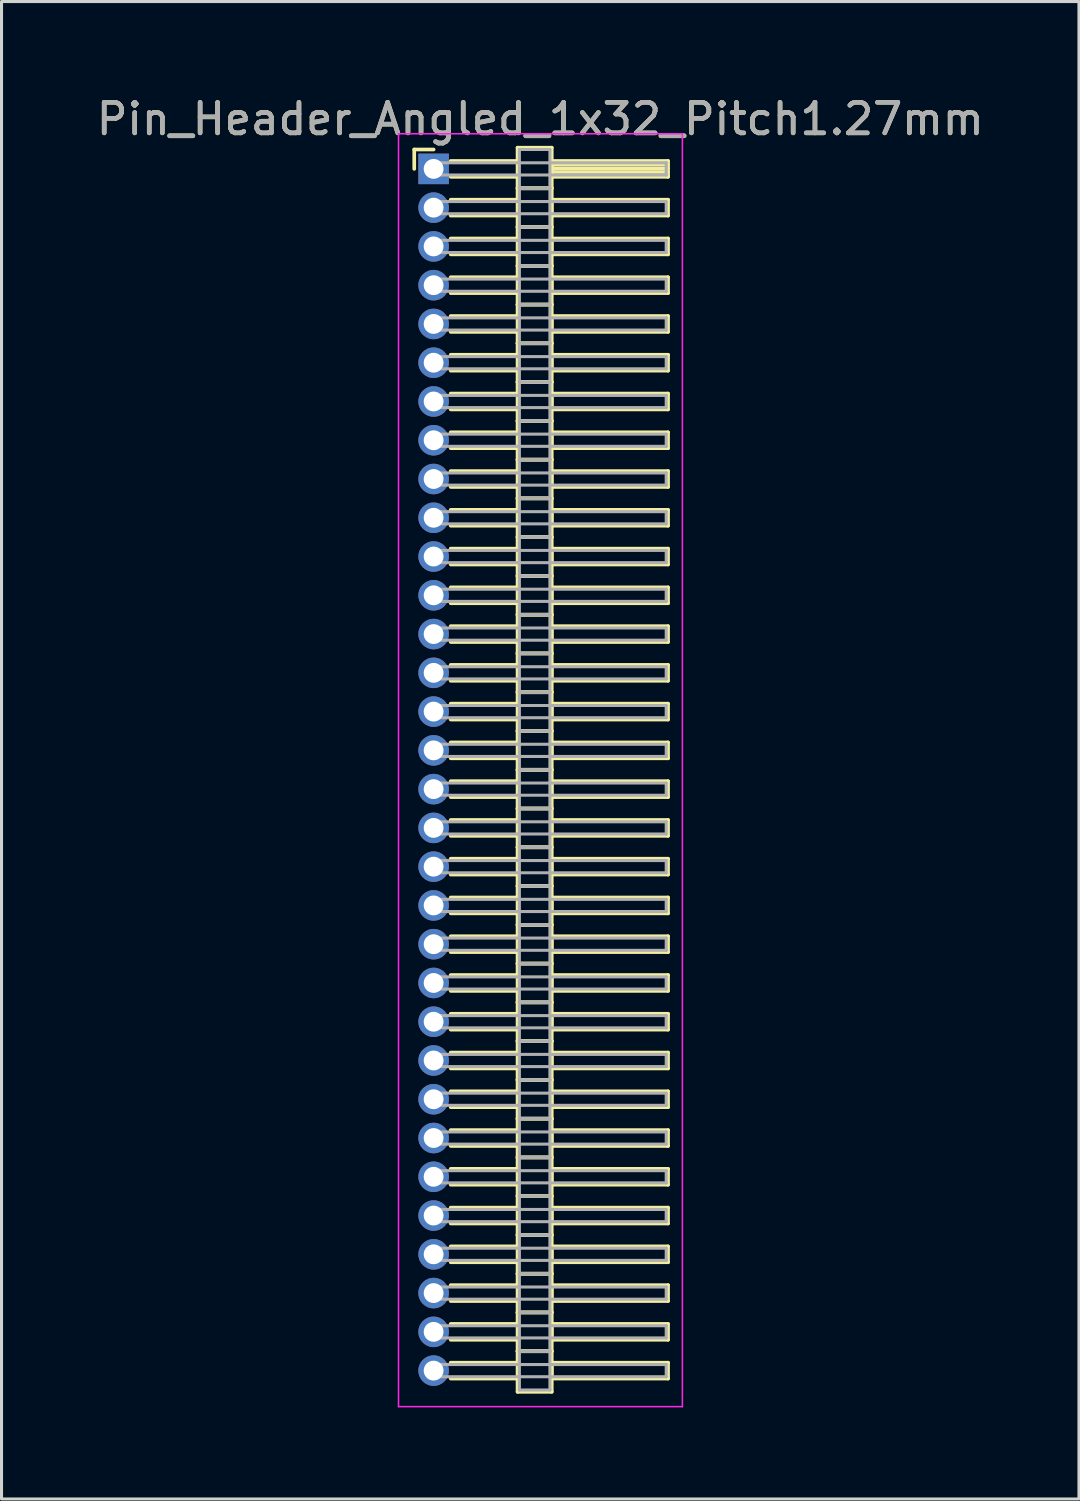
<source format=kicad_pcb>
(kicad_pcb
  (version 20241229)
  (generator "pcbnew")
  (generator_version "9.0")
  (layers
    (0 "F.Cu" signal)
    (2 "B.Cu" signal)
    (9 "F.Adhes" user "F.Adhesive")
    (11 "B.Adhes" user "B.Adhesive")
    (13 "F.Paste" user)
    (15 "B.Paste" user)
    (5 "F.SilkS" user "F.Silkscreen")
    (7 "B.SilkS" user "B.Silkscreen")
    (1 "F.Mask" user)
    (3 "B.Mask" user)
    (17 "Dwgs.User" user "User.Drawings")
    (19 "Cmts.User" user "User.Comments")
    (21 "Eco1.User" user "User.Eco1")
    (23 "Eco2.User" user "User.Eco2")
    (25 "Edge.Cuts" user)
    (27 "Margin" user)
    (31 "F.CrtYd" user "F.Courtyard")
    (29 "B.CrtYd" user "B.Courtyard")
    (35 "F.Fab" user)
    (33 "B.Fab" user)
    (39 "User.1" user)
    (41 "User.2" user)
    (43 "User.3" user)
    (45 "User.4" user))
  (footprint "Pin_Header_Angled_1x32_Pitch1.27mm"
    (layer "F.Cu")
    (at 11.156 2.483)
    (property "Reference" "Pin_Header_Angled_1x32_Pitch1.27mm" (at 3.493 -1.635 0) (layer "F.SilkS") (effects (font (size 1 1) (thickness 0.15))))
    (attr through_hole)
    (fp_line (start -0.635 -0.635) (end 0 -0.635) (stroke (width 0.12) (type solid)) (layer "F.SilkS"))
    (fp_line (start -0.635 0) (end -0.635 -0.635) (stroke (width 0.12) (type solid)) (layer "F.SilkS"))
    (fp_line (start 0.56 -0.26) (end 2.75 -0.26) (stroke (width 0.12) (type solid)) (layer "F.SilkS"))
    (fp_line (start 0.56 0.26) (end 2.75 0.26) (stroke (width 0.12) (type solid)) (layer "F.SilkS"))
    (fp_line (start 0.56 1.01) (end 2.75 1.01) (stroke (width 0.12) (type solid)) (layer "F.SilkS"))
    (fp_line (start 0.56 1.53) (end 2.75 1.53) (stroke (width 0.12) (type solid)) (layer "F.SilkS"))
    (fp_line (start 0.56 2.28) (end 2.75 2.28) (stroke (width 0.12) (type solid)) (layer "F.SilkS"))
    (fp_line (start 0.56 2.8) (end 2.75 2.8) (stroke (width 0.12) (type solid)) (layer "F.SilkS"))
    (fp_line (start 0.56 3.55) (end 2.75 3.55) (stroke (width 0.12) (type solid)) (layer "F.SilkS"))
    (fp_line (start 0.56 4.07) (end 2.75 4.07) (stroke (width 0.12) (type solid)) (layer "F.SilkS"))
    (fp_line (start 0.56 4.82) (end 2.75 4.82) (stroke (width 0.12) (type solid)) (layer "F.SilkS"))
    (fp_line (start 0.56 5.34) (end 2.75 5.34) (stroke (width 0.12) (type solid)) (layer "F.SilkS"))
    (fp_line (start 0.56 6.09) (end 2.75 6.09) (stroke (width 0.12) (type solid)) (layer "F.SilkS"))
    (fp_line (start 0.56 6.61) (end 2.75 6.61) (stroke (width 0.12) (type solid)) (layer "F.SilkS"))
    (fp_line (start 0.56 7.36) (end 2.75 7.36) (stroke (width 0.12) (type solid)) (layer "F.SilkS"))
    (fp_line (start 0.56 7.88) (end 2.75 7.88) (stroke (width 0.12) (type solid)) (layer "F.SilkS"))
    (fp_line (start 0.56 8.63) (end 2.75 8.63) (stroke (width 0.12) (type solid)) (layer "F.SilkS"))
    (fp_line (start 0.56 9.15) (end 2.75 9.15) (stroke (width 0.12) (type solid)) (layer "F.SilkS"))
    (fp_line (start 0.56 9.9) (end 2.75 9.9) (stroke (width 0.12) (type solid)) (layer "F.SilkS"))
    (fp_line (start 0.56 10.42) (end 2.75 10.42) (stroke (width 0.12) (type solid)) (layer "F.SilkS"))
    (fp_line (start 0.56 11.17) (end 2.75 11.17) (stroke (width 0.12) (type solid)) (layer "F.SilkS"))
    (fp_line (start 0.56 11.69) (end 2.75 11.69) (stroke (width 0.12) (type solid)) (layer "F.SilkS"))
    (fp_line (start 0.56 12.44) (end 2.75 12.44) (stroke (width 0.12) (type solid)) (layer "F.SilkS"))
    (fp_line (start 0.56 12.96) (end 2.75 12.96) (stroke (width 0.12) (type solid)) (layer "F.SilkS"))
    (fp_line (start 0.56 13.71) (end 2.75 13.71) (stroke (width 0.12) (type solid)) (layer "F.SilkS"))
    (fp_line (start 0.56 14.23) (end 2.75 14.23) (stroke (width 0.12) (type solid)) (layer "F.SilkS"))
    (fp_line (start 0.56 14.98) (end 2.75 14.98) (stroke (width 0.12) (type solid)) (layer "F.SilkS"))
    (fp_line (start 0.56 15.5) (end 2.75 15.5) (stroke (width 0.12) (type solid)) (layer "F.SilkS"))
    (fp_line (start 0.56 16.25) (end 2.75 16.25) (stroke (width 0.12) (type solid)) (layer "F.SilkS"))
    (fp_line (start 0.56 16.77) (end 2.75 16.77) (stroke (width 0.12) (type solid)) (layer "F.SilkS"))
    (fp_line (start 0.56 17.52) (end 2.75 17.52) (stroke (width 0.12) (type solid)) (layer "F.SilkS"))
    (fp_line (start 0.56 18.04) (end 2.75 18.04) (stroke (width 0.12) (type solid)) (layer "F.SilkS"))
    (fp_line (start 0.56 18.79) (end 2.75 18.79) (stroke (width 0.12) (type solid)) (layer "F.SilkS"))
    (fp_line (start 0.56 19.31) (end 2.75 19.31) (stroke (width 0.12) (type solid)) (layer "F.SilkS"))
    (fp_line (start 0.56 20.06) (end 2.75 20.06) (stroke (width 0.12) (type solid)) (layer "F.SilkS"))
    (fp_line (start 0.56 20.58) (end 2.75 20.58) (stroke (width 0.12) (type solid)) (layer "F.SilkS"))
    (fp_line (start 0.56 21.33) (end 2.75 21.33) (stroke (width 0.12) (type solid)) (layer "F.SilkS"))
    (fp_line (start 0.56 21.85) (end 2.75 21.85) (stroke (width 0.12) (type solid)) (layer "F.SilkS"))
    (fp_line (start 0.56 22.6) (end 2.75 22.6) (stroke (width 0.12) (type solid)) (layer "F.SilkS"))
    (fp_line (start 0.56 23.12) (end 2.75 23.12) (stroke (width 0.12) (type solid)) (layer "F.SilkS"))
    (fp_line (start 0.56 23.87) (end 2.75 23.87) (stroke (width 0.12) (type solid)) (layer "F.SilkS"))
    (fp_line (start 0.56 24.39) (end 2.75 24.39) (stroke (width 0.12) (type solid)) (layer "F.SilkS"))
    (fp_line (start 0.56 25.14) (end 2.75 25.14) (stroke (width 0.12) (type solid)) (layer "F.SilkS"))
    (fp_line (start 0.56 25.66) (end 2.75 25.66) (stroke (width 0.12) (type solid)) (layer "F.SilkS"))
    (fp_line (start 0.56 26.41) (end 2.75 26.41) (stroke (width 0.12) (type solid)) (layer "F.SilkS"))
    (fp_line (start 0.56 26.93) (end 2.75 26.93) (stroke (width 0.12) (type solid)) (layer "F.SilkS"))
    (fp_line (start 0.56 27.68) (end 2.75 27.68) (stroke (width 0.12) (type solid)) (layer "F.SilkS"))
    (fp_line (start 0.56 28.2) (end 2.75 28.2) (stroke (width 0.12) (type solid)) (layer "F.SilkS"))
    (fp_line (start 0.56 28.95) (end 2.75 28.95) (stroke (width 0.12) (type solid)) (layer "F.SilkS"))
    (fp_line (start 0.56 29.47) (end 2.75 29.47) (stroke (width 0.12) (type solid)) (layer "F.SilkS"))
    (fp_line (start 0.56 30.22) (end 2.75 30.22) (stroke (width 0.12) (type solid)) (layer "F.SilkS"))
    (fp_line (start 0.56 30.74) (end 2.75 30.74) (stroke (width 0.12) (type solid)) (layer "F.SilkS"))
    (fp_line (start 0.56 31.49) (end 2.75 31.49) (stroke (width 0.12) (type solid)) (layer "F.SilkS"))
    (fp_line (start 0.56 32.01) (end 2.75 32.01) (stroke (width 0.12) (type solid)) (layer "F.SilkS"))
    (fp_line (start 0.56 32.76) (end 2.75 32.76) (stroke (width 0.12) (type solid)) (layer "F.SilkS"))
    (fp_line (start 0.56 33.28) (end 2.75 33.28) (stroke (width 0.12) (type solid)) (layer "F.SilkS"))
    (fp_line (start 0.56 34.03) (end 2.75 34.03) (stroke (width 0.12) (type solid)) (layer "F.SilkS"))
    (fp_line (start 0.56 34.55) (end 2.75 34.55) (stroke (width 0.12) (type solid)) (layer "F.SilkS"))
    (fp_line (start 0.56 35.3) (end 2.75 35.3) (stroke (width 0.12) (type solid)) (layer "F.SilkS"))
    (fp_line (start 0.56 35.82) (end 2.75 35.82) (stroke (width 0.12) (type solid)) (layer "F.SilkS"))
    (fp_line (start 0.56 36.57) (end 2.75 36.57) (stroke (width 0.12) (type solid)) (layer "F.SilkS"))
    (fp_line (start 0.56 37.09) (end 2.75 37.09) (stroke (width 0.12) (type solid)) (layer "F.SilkS"))
    (fp_line (start 0.56 37.84) (end 2.75 37.84) (stroke (width 0.12) (type solid)) (layer "F.SilkS"))
    (fp_line (start 0.56 38.36) (end 2.75 38.36) (stroke (width 0.12) (type solid)) (layer "F.SilkS"))
    (fp_line (start 0.56 39.11) (end 2.75 39.11) (stroke (width 0.12) (type solid)) (layer "F.SilkS"))
    (fp_line (start 0.56 39.63) (end 2.75 39.63) (stroke (width 0.12) (type solid)) (layer "F.SilkS"))
    (fp_line (start 2.75 -0.695) (end 2.75 0.635) (stroke (width 0.12) (type solid)) (layer "F.SilkS"))
    (fp_line (start 2.75 0.635) (end 2.75 1.905) (stroke (width 0.12) (type solid)) (layer "F.SilkS"))
    (fp_line (start 2.75 0.635) (end 3.87 0.635) (stroke (width 0.12) (type solid)) (layer "F.SilkS"))
    (fp_line (start 2.75 1.905) (end 2.75 3.175) (stroke (width 0.12) (type solid)) (layer "F.SilkS"))
    (fp_line (start 2.75 1.905) (end 3.87 1.905) (stroke (width 0.12) (type solid)) (layer "F.SilkS"))
    (fp_line (start 2.75 3.175) (end 2.75 4.445) (stroke (width 0.12) (type solid)) (layer "F.SilkS"))
    (fp_line (start 2.75 3.175) (end 3.87 3.175) (stroke (width 0.12) (type solid)) (layer "F.SilkS"))
    (fp_line (start 2.75 4.445) (end 2.75 5.715) (stroke (width 0.12) (type solid)) (layer "F.SilkS"))
    (fp_line (start 2.75 4.445) (end 3.87 4.445) (stroke (width 0.12) (type solid)) (layer "F.SilkS"))
    (fp_line (start 2.75 5.715) (end 2.75 6.985) (stroke (width 0.12) (type solid)) (layer "F.SilkS"))
    (fp_line (start 2.75 5.715) (end 3.87 5.715) (stroke (width 0.12) (type solid)) (layer "F.SilkS"))
    (fp_line (start 2.75 6.985) (end 2.75 8.255) (stroke (width 0.12) (type solid)) (layer "F.SilkS"))
    (fp_line (start 2.75 6.985) (end 3.87 6.985) (stroke (width 0.12) (type solid)) (layer "F.SilkS"))
    (fp_line (start 2.75 8.255) (end 2.75 9.525) (stroke (width 0.12) (type solid)) (layer "F.SilkS"))
    (fp_line (start 2.75 8.255) (end 3.87 8.255) (stroke (width 0.12) (type solid)) (layer "F.SilkS"))
    (fp_line (start 2.75 9.525) (end 2.75 10.795) (stroke (width 0.12) (type solid)) (layer "F.SilkS"))
    (fp_line (start 2.75 9.525) (end 3.87 9.525) (stroke (width 0.12) (type solid)) (layer "F.SilkS"))
    (fp_line (start 2.75 10.795) (end 2.75 12.065) (stroke (width 0.12) (type solid)) (layer "F.SilkS"))
    (fp_line (start 2.75 10.795) (end 3.87 10.795) (stroke (width 0.12) (type solid)) (layer "F.SilkS"))
    (fp_line (start 2.75 12.065) (end 2.75 13.335) (stroke (width 0.12) (type solid)) (layer "F.SilkS"))
    (fp_line (start 2.75 12.065) (end 3.87 12.065) (stroke (width 0.12) (type solid)) (layer "F.SilkS"))
    (fp_line (start 2.75 13.335) (end 2.75 14.605) (stroke (width 0.12) (type solid)) (layer "F.SilkS"))
    (fp_line (start 2.75 13.335) (end 3.87 13.335) (stroke (width 0.12) (type solid)) (layer "F.SilkS"))
    (fp_line (start 2.75 14.605) (end 2.75 15.875) (stroke (width 0.12) (type solid)) (layer "F.SilkS"))
    (fp_line (start 2.75 14.605) (end 3.87 14.605) (stroke (width 0.12) (type solid)) (layer "F.SilkS"))
    (fp_line (start 2.75 15.875) (end 2.75 17.145) (stroke (width 0.12) (type solid)) (layer "F.SilkS"))
    (fp_line (start 2.75 15.875) (end 3.87 15.875) (stroke (width 0.12) (type solid)) (layer "F.SilkS"))
    (fp_line (start 2.75 17.145) (end 2.75 18.415) (stroke (width 0.12) (type solid)) (layer "F.SilkS"))
    (fp_line (start 2.75 17.145) (end 3.87 17.145) (stroke (width 0.12) (type solid)) (layer "F.SilkS"))
    (fp_line (start 2.75 18.415) (end 2.75 19.685) (stroke (width 0.12) (type solid)) (layer "F.SilkS"))
    (fp_line (start 2.75 18.415) (end 3.87 18.415) (stroke (width 0.12) (type solid)) (layer "F.SilkS"))
    (fp_line (start 2.75 19.685) (end 2.75 20.955) (stroke (width 0.12) (type solid)) (layer "F.SilkS"))
    (fp_line (start 2.75 19.685) (end 3.87 19.685) (stroke (width 0.12) (type solid)) (layer "F.SilkS"))
    (fp_line (start 2.75 20.955) (end 2.75 22.225) (stroke (width 0.12) (type solid)) (layer "F.SilkS"))
    (fp_line (start 2.75 20.955) (end 3.87 20.955) (stroke (width 0.12) (type solid)) (layer "F.SilkS"))
    (fp_line (start 2.75 22.225) (end 2.75 23.495) (stroke (width 0.12) (type solid)) (layer "F.SilkS"))
    (fp_line (start 2.75 22.225) (end 3.87 22.225) (stroke (width 0.12) (type solid)) (layer "F.SilkS"))
    (fp_line (start 2.75 23.495) (end 2.75 24.765) (stroke (width 0.12) (type solid)) (layer "F.SilkS"))
    (fp_line (start 2.75 23.495) (end 3.87 23.495) (stroke (width 0.12) (type solid)) (layer "F.SilkS"))
    (fp_line (start 2.75 24.765) (end 2.75 26.035) (stroke (width 0.12) (type solid)) (layer "F.SilkS"))
    (fp_line (start 2.75 24.765) (end 3.87 24.765) (stroke (width 0.12) (type solid)) (layer "F.SilkS"))
    (fp_line (start 2.75 26.035) (end 2.75 27.305) (stroke (width 0.12) (type solid)) (layer "F.SilkS"))
    (fp_line (start 2.75 26.035) (end 3.87 26.035) (stroke (width 0.12) (type solid)) (layer "F.SilkS"))
    (fp_line (start 2.75 27.305) (end 2.75 28.575) (stroke (width 0.12) (type solid)) (layer "F.SilkS"))
    (fp_line (start 2.75 27.305) (end 3.87 27.305) (stroke (width 0.12) (type solid)) (layer "F.SilkS"))
    (fp_line (start 2.75 28.575) (end 2.75 29.845) (stroke (width 0.12) (type solid)) (layer "F.SilkS"))
    (fp_line (start 2.75 28.575) (end 3.87 28.575) (stroke (width 0.12) (type solid)) (layer "F.SilkS"))
    (fp_line (start 2.75 29.845) (end 2.75 31.115) (stroke (width 0.12) (type solid)) (layer "F.SilkS"))
    (fp_line (start 2.75 29.845) (end 3.87 29.845) (stroke (width 0.12) (type solid)) (layer "F.SilkS"))
    (fp_line (start 2.75 31.115) (end 2.75 32.385) (stroke (width 0.12) (type solid)) (layer "F.SilkS"))
    (fp_line (start 2.75 31.115) (end 3.87 31.115) (stroke (width 0.12) (type solid)) (layer "F.SilkS"))
    (fp_line (start 2.75 32.385) (end 2.75 33.655) (stroke (width 0.12) (type solid)) (layer "F.SilkS"))
    (fp_line (start 2.75 32.385) (end 3.87 32.385) (stroke (width 0.12) (type solid)) (layer "F.SilkS"))
    (fp_line (start 2.75 33.655) (end 2.75 34.925) (stroke (width 0.12) (type solid)) (layer "F.SilkS"))
    (fp_line (start 2.75 33.655) (end 3.87 33.655) (stroke (width 0.12) (type solid)) (layer "F.SilkS"))
    (fp_line (start 2.75 34.925) (end 2.75 36.195) (stroke (width 0.12) (type solid)) (layer "F.SilkS"))
    (fp_line (start 2.75 34.925) (end 3.87 34.925) (stroke (width 0.12) (type solid)) (layer "F.SilkS"))
    (fp_line (start 2.75 36.195) (end 2.75 37.465) (stroke (width 0.12) (type solid)) (layer "F.SilkS"))
    (fp_line (start 2.75 36.195) (end 3.87 36.195) (stroke (width 0.12) (type solid)) (layer "F.SilkS"))
    (fp_line (start 2.75 37.465) (end 2.75 38.735) (stroke (width 0.12) (type solid)) (layer "F.SilkS"))
    (fp_line (start 2.75 37.465) (end 3.87 37.465) (stroke (width 0.12) (type solid)) (layer "F.SilkS"))
    (fp_line (start 2.75 38.735) (end 2.75 40.065) (stroke (width 0.12) (type solid)) (layer "F.SilkS"))
    (fp_line (start 2.75 38.735) (end 3.87 38.735) (stroke (width 0.12) (type solid)) (layer "F.SilkS"))
    (fp_line (start 2.75 40.065) (end 3.87 40.065) (stroke (width 0.12) (type solid)) (layer "F.SilkS"))
    (fp_line (start 3.87 -0.695) (end 2.75 -0.695) (stroke (width 0.12) (type solid)) (layer "F.SilkS"))
    (fp_line (start 3.87 -0.26) (end 3.87 0.26) (stroke (width 0.12) (type solid)) (layer "F.SilkS"))
    (fp_line (start 3.87 -0.14) (end 7.68 -0.14) (stroke (width 0.12) (type solid)) (layer "F.SilkS"))
    (fp_line (start 3.87 -0.02) (end 7.68 -0.02) (stroke (width 0.12) (type solid)) (layer "F.SilkS"))
    (fp_line (start 3.87 0.1) (end 7.68 0.1) (stroke (width 0.12) (type solid)) (layer "F.SilkS"))
    (fp_line (start 3.87 0.22) (end 7.68 0.22) (stroke (width 0.12) (type solid)) (layer "F.SilkS"))
    (fp_line (start 3.87 0.26) (end 7.68 0.26) (stroke (width 0.12) (type solid)) (layer "F.SilkS"))
    (fp_line (start 3.87 0.635) (end 2.75 0.635) (stroke (width 0.12) (type solid)) (layer "F.SilkS"))
    (fp_line (start 3.87 0.635) (end 3.87 -0.695) (stroke (width 0.12) (type solid)) (layer "F.SilkS"))
    (fp_line (start 3.87 1.01) (end 3.87 1.53) (stroke (width 0.12) (type solid)) (layer "F.SilkS"))
    (fp_line (start 3.87 1.53) (end 7.68 1.53) (stroke (width 0.12) (type solid)) (layer "F.SilkS"))
    (fp_line (start 3.87 1.905) (end 2.75 1.905) (stroke (width 0.12) (type solid)) (layer "F.SilkS"))
    (fp_line (start 3.87 1.905) (end 3.87 0.635) (stroke (width 0.12) (type solid)) (layer "F.SilkS"))
    (fp_line (start 3.87 2.28) (end 3.87 2.8) (stroke (width 0.12) (type solid)) (layer "F.SilkS"))
    (fp_line (start 3.87 2.8) (end 7.68 2.8) (stroke (width 0.12) (type solid)) (layer "F.SilkS"))
    (fp_line (start 3.87 3.175) (end 2.75 3.175) (stroke (width 0.12) (type solid)) (layer "F.SilkS"))
    (fp_line (start 3.87 3.175) (end 3.87 1.905) (stroke (width 0.12) (type solid)) (layer "F.SilkS"))
    (fp_line (start 3.87 3.55) (end 3.87 4.07) (stroke (width 0.12) (type solid)) (layer "F.SilkS"))
    (fp_line (start 3.87 4.07) (end 7.68 4.07) (stroke (width 0.12) (type solid)) (layer "F.SilkS"))
    (fp_line (start 3.87 4.445) (end 2.75 4.445) (stroke (width 0.12) (type solid)) (layer "F.SilkS"))
    (fp_line (start 3.87 4.445) (end 3.87 3.175) (stroke (width 0.12) (type solid)) (layer "F.SilkS"))
    (fp_line (start 3.87 4.82) (end 3.87 5.34) (stroke (width 0.12) (type solid)) (layer "F.SilkS"))
    (fp_line (start 3.87 5.34) (end 7.68 5.34) (stroke (width 0.12) (type solid)) (layer "F.SilkS"))
    (fp_line (start 3.87 5.715) (end 2.75 5.715) (stroke (width 0.12) (type solid)) (layer "F.SilkS"))
    (fp_line (start 3.87 5.715) (end 3.87 4.445) (stroke (width 0.12) (type solid)) (layer "F.SilkS"))
    (fp_line (start 3.87 6.09) (end 3.87 6.61) (stroke (width 0.12) (type solid)) (layer "F.SilkS"))
    (fp_line (start 3.87 6.61) (end 7.68 6.61) (stroke (width 0.12) (type solid)) (layer "F.SilkS"))
    (fp_line (start 3.87 6.985) (end 2.75 6.985) (stroke (width 0.12) (type solid)) (layer "F.SilkS"))
    (fp_line (start 3.87 6.985) (end 3.87 5.715) (stroke (width 0.12) (type solid)) (layer "F.SilkS"))
    (fp_line (start 3.87 7.36) (end 3.87 7.88) (stroke (width 0.12) (type solid)) (layer "F.SilkS"))
    (fp_line (start 3.87 7.88) (end 7.68 7.88) (stroke (width 0.12) (type solid)) (layer "F.SilkS"))
    (fp_line (start 3.87 8.255) (end 2.75 8.255) (stroke (width 0.12) (type solid)) (layer "F.SilkS"))
    (fp_line (start 3.87 8.255) (end 3.87 6.985) (stroke (width 0.12) (type solid)) (layer "F.SilkS"))
    (fp_line (start 3.87 8.63) (end 3.87 9.15) (stroke (width 0.12) (type solid)) (layer "F.SilkS"))
    (fp_line (start 3.87 9.15) (end 7.68 9.15) (stroke (width 0.12) (type solid)) (layer "F.SilkS"))
    (fp_line (start 3.87 9.525) (end 2.75 9.525) (stroke (width 0.12) (type solid)) (layer "F.SilkS"))
    (fp_line (start 3.87 9.525) (end 3.87 8.255) (stroke (width 0.12) (type solid)) (layer "F.SilkS"))
    (fp_line (start 3.87 9.9) (end 3.87 10.42) (stroke (width 0.12) (type solid)) (layer "F.SilkS"))
    (fp_line (start 3.87 10.42) (end 7.68 10.42) (stroke (width 0.12) (type solid)) (layer "F.SilkS"))
    (fp_line (start 3.87 10.795) (end 2.75 10.795) (stroke (width 0.12) (type solid)) (layer "F.SilkS"))
    (fp_line (start 3.87 10.795) (end 3.87 9.525) (stroke (width 0.12) (type solid)) (layer "F.SilkS"))
    (fp_line (start 3.87 11.17) (end 3.87 11.69) (stroke (width 0.12) (type solid)) (layer "F.SilkS"))
    (fp_line (start 3.87 11.69) (end 7.68 11.69) (stroke (width 0.12) (type solid)) (layer "F.SilkS"))
    (fp_line (start 3.87 12.065) (end 2.75 12.065) (stroke (width 0.12) (type solid)) (layer "F.SilkS"))
    (fp_line (start 3.87 12.065) (end 3.87 10.795) (stroke (width 0.12) (type solid)) (layer "F.SilkS"))
    (fp_line (start 3.87 12.44) (end 3.87 12.96) (stroke (width 0.12) (type solid)) (layer "F.SilkS"))
    (fp_line (start 3.87 12.96) (end 7.68 12.96) (stroke (width 0.12) (type solid)) (layer "F.SilkS"))
    (fp_line (start 3.87 13.335) (end 2.75 13.335) (stroke (width 0.12) (type solid)) (layer "F.SilkS"))
    (fp_line (start 3.87 13.335) (end 3.87 12.065) (stroke (width 0.12) (type solid)) (layer "F.SilkS"))
    (fp_line (start 3.87 13.71) (end 3.87 14.23) (stroke (width 0.12) (type solid)) (layer "F.SilkS"))
    (fp_line (start 3.87 14.23) (end 7.68 14.23) (stroke (width 0.12) (type solid)) (layer "F.SilkS"))
    (fp_line (start 3.87 14.605) (end 2.75 14.605) (stroke (width 0.12) (type solid)) (layer "F.SilkS"))
    (fp_line (start 3.87 14.605) (end 3.87 13.335) (stroke (width 0.12) (type solid)) (layer "F.SilkS"))
    (fp_line (start 3.87 14.98) (end 3.87 15.5) (stroke (width 0.12) (type solid)) (layer "F.SilkS"))
    (fp_line (start 3.87 15.5) (end 7.68 15.5) (stroke (width 0.12) (type solid)) (layer "F.SilkS"))
    (fp_line (start 3.87 15.875) (end 2.75 15.875) (stroke (width 0.12) (type solid)) (layer "F.SilkS"))
    (fp_line (start 3.87 15.875) (end 3.87 14.605) (stroke (width 0.12) (type solid)) (layer "F.SilkS"))
    (fp_line (start 3.87 16.25) (end 3.87 16.77) (stroke (width 0.12) (type solid)) (layer "F.SilkS"))
    (fp_line (start 3.87 16.77) (end 7.68 16.77) (stroke (width 0.12) (type solid)) (layer "F.SilkS"))
    (fp_line (start 3.87 17.145) (end 2.75 17.145) (stroke (width 0.12) (type solid)) (layer "F.SilkS"))
    (fp_line (start 3.87 17.145) (end 3.87 15.875) (stroke (width 0.12) (type solid)) (layer "F.SilkS"))
    (fp_line (start 3.87 17.52) (end 3.87 18.04) (stroke (width 0.12) (type solid)) (layer "F.SilkS"))
    (fp_line (start 3.87 18.04) (end 7.68 18.04) (stroke (width 0.12) (type solid)) (layer "F.SilkS"))
    (fp_line (start 3.87 18.415) (end 2.75 18.415) (stroke (width 0.12) (type solid)) (layer "F.SilkS"))
    (fp_line (start 3.87 18.415) (end 3.87 17.145) (stroke (width 0.12) (type solid)) (layer "F.SilkS"))
    (fp_line (start 3.87 18.79) (end 3.87 19.31) (stroke (width 0.12) (type solid)) (layer "F.SilkS"))
    (fp_line (start 3.87 19.31) (end 7.68 19.31) (stroke (width 0.12) (type solid)) (layer "F.SilkS"))
    (fp_line (start 3.87 19.685) (end 2.75 19.685) (stroke (width 0.12) (type solid)) (layer "F.SilkS"))
    (fp_line (start 3.87 19.685) (end 3.87 18.415) (stroke (width 0.12) (type solid)) (layer "F.SilkS"))
    (fp_line (start 3.87 20.06) (end 3.87 20.58) (stroke (width 0.12) (type solid)) (layer "F.SilkS"))
    (fp_line (start 3.87 20.58) (end 7.68 20.58) (stroke (width 0.12) (type solid)) (layer "F.SilkS"))
    (fp_line (start 3.87 20.955) (end 2.75 20.955) (stroke (width 0.12) (type solid)) (layer "F.SilkS"))
    (fp_line (start 3.87 20.955) (end 3.87 19.685) (stroke (width 0.12) (type solid)) (layer "F.SilkS"))
    (fp_line (start 3.87 21.33) (end 3.87 21.85) (stroke (width 0.12) (type solid)) (layer "F.SilkS"))
    (fp_line (start 3.87 21.85) (end 7.68 21.85) (stroke (width 0.12) (type solid)) (layer "F.SilkS"))
    (fp_line (start 3.87 22.225) (end 2.75 22.225) (stroke (width 0.12) (type solid)) (layer "F.SilkS"))
    (fp_line (start 3.87 22.225) (end 3.87 20.955) (stroke (width 0.12) (type solid)) (layer "F.SilkS"))
    (fp_line (start 3.87 22.6) (end 3.87 23.12) (stroke (width 0.12) (type solid)) (layer "F.SilkS"))
    (fp_line (start 3.87 23.12) (end 7.68 23.12) (stroke (width 0.12) (type solid)) (layer "F.SilkS"))
    (fp_line (start 3.87 23.495) (end 2.75 23.495) (stroke (width 0.12) (type solid)) (layer "F.SilkS"))
    (fp_line (start 3.87 23.495) (end 3.87 22.225) (stroke (width 0.12) (type solid)) (layer "F.SilkS"))
    (fp_line (start 3.87 23.87) (end 3.87 24.39) (stroke (width 0.12) (type solid)) (layer "F.SilkS"))
    (fp_line (start 3.87 24.39) (end 7.68 24.39) (stroke (width 0.12) (type solid)) (layer "F.SilkS"))
    (fp_line (start 3.87 24.765) (end 2.75 24.765) (stroke (width 0.12) (type solid)) (layer "F.SilkS"))
    (fp_line (start 3.87 24.765) (end 3.87 23.495) (stroke (width 0.12) (type solid)) (layer "F.SilkS"))
    (fp_line (start 3.87 25.14) (end 3.87 25.66) (stroke (width 0.12) (type solid)) (layer "F.SilkS"))
    (fp_line (start 3.87 25.66) (end 7.68 25.66) (stroke (width 0.12) (type solid)) (layer "F.SilkS"))
    (fp_line (start 3.87 26.035) (end 2.75 26.035) (stroke (width 0.12) (type solid)) (layer "F.SilkS"))
    (fp_line (start 3.87 26.035) (end 3.87 24.765) (stroke (width 0.12) (type solid)) (layer "F.SilkS"))
    (fp_line (start 3.87 26.41) (end 3.87 26.93) (stroke (width 0.12) (type solid)) (layer "F.SilkS"))
    (fp_line (start 3.87 26.93) (end 7.68 26.93) (stroke (width 0.12) (type solid)) (layer "F.SilkS"))
    (fp_line (start 3.87 27.305) (end 2.75 27.305) (stroke (width 0.12) (type solid)) (layer "F.SilkS"))
    (fp_line (start 3.87 27.305) (end 3.87 26.035) (stroke (width 0.12) (type solid)) (layer "F.SilkS"))
    (fp_line (start 3.87 27.68) (end 3.87 28.2) (stroke (width 0.12) (type solid)) (layer "F.SilkS"))
    (fp_line (start 3.87 28.2) (end 7.68 28.2) (stroke (width 0.12) (type solid)) (layer "F.SilkS"))
    (fp_line (start 3.87 28.575) (end 2.75 28.575) (stroke (width 0.12) (type solid)) (layer "F.SilkS"))
    (fp_line (start 3.87 28.575) (end 3.87 27.305) (stroke (width 0.12) (type solid)) (layer "F.SilkS"))
    (fp_line (start 3.87 28.95) (end 3.87 29.47) (stroke (width 0.12) (type solid)) (layer "F.SilkS"))
    (fp_line (start 3.87 29.47) (end 7.68 29.47) (stroke (width 0.12) (type solid)) (layer "F.SilkS"))
    (fp_line (start 3.87 29.845) (end 2.75 29.845) (stroke (width 0.12) (type solid)) (layer "F.SilkS"))
    (fp_line (start 3.87 29.845) (end 3.87 28.575) (stroke (width 0.12) (type solid)) (layer "F.SilkS"))
    (fp_line (start 3.87 30.22) (end 3.87 30.74) (stroke (width 0.12) (type solid)) (layer "F.SilkS"))
    (fp_line (start 3.87 30.74) (end 7.68 30.74) (stroke (width 0.12) (type solid)) (layer "F.SilkS"))
    (fp_line (start 3.87 31.115) (end 2.75 31.115) (stroke (width 0.12) (type solid)) (layer "F.SilkS"))
    (fp_line (start 3.87 31.115) (end 3.87 29.845) (stroke (width 0.12) (type solid)) (layer "F.SilkS"))
    (fp_line (start 3.87 31.49) (end 3.87 32.01) (stroke (width 0.12) (type solid)) (layer "F.SilkS"))
    (fp_line (start 3.87 32.01) (end 7.68 32.01) (stroke (width 0.12) (type solid)) (layer "F.SilkS"))
    (fp_line (start 3.87 32.385) (end 2.75 32.385) (stroke (width 0.12) (type solid)) (layer "F.SilkS"))
    (fp_line (start 3.87 32.385) (end 3.87 31.115) (stroke (width 0.12) (type solid)) (layer "F.SilkS"))
    (fp_line (start 3.87 32.76) (end 3.87 33.28) (stroke (width 0.12) (type solid)) (layer "F.SilkS"))
    (fp_line (start 3.87 33.28) (end 7.68 33.28) (stroke (width 0.12) (type solid)) (layer "F.SilkS"))
    (fp_line (start 3.87 33.655) (end 2.75 33.655) (stroke (width 0.12) (type solid)) (layer "F.SilkS"))
    (fp_line (start 3.87 33.655) (end 3.87 32.385) (stroke (width 0.12) (type solid)) (layer "F.SilkS"))
    (fp_line (start 3.87 34.03) (end 3.87 34.55) (stroke (width 0.12) (type solid)) (layer "F.SilkS"))
    (fp_line (start 3.87 34.55) (end 7.68 34.55) (stroke (width 0.12) (type solid)) (layer "F.SilkS"))
    (fp_line (start 3.87 34.925) (end 2.75 34.925) (stroke (width 0.12) (type solid)) (layer "F.SilkS"))
    (fp_line (start 3.87 34.925) (end 3.87 33.655) (stroke (width 0.12) (type solid)) (layer "F.SilkS"))
    (fp_line (start 3.87 35.3) (end 3.87 35.82) (stroke (width 0.12) (type solid)) (layer "F.SilkS"))
    (fp_line (start 3.87 35.82) (end 7.68 35.82) (stroke (width 0.12) (type solid)) (layer "F.SilkS"))
    (fp_line (start 3.87 36.195) (end 2.75 36.195) (stroke (width 0.12) (type solid)) (layer "F.SilkS"))
    (fp_line (start 3.87 36.195) (end 3.87 34.925) (stroke (width 0.12) (type solid)) (layer "F.SilkS"))
    (fp_line (start 3.87 36.57) (end 3.87 37.09) (stroke (width 0.12) (type solid)) (layer "F.SilkS"))
    (fp_line (start 3.87 37.09) (end 7.68 37.09) (stroke (width 0.12) (type solid)) (layer "F.SilkS"))
    (fp_line (start 3.87 37.465) (end 2.75 37.465) (stroke (width 0.12) (type solid)) (layer "F.SilkS"))
    (fp_line (start 3.87 37.465) (end 3.87 36.195) (stroke (width 0.12) (type solid)) (layer "F.SilkS"))
    (fp_line (start 3.87 37.84) (end 3.87 38.36) (stroke (width 0.12) (type solid)) (layer "F.SilkS"))
    (fp_line (start 3.87 38.36) (end 7.68 38.36) (stroke (width 0.12) (type solid)) (layer "F.SilkS"))
    (fp_line (start 3.87 38.735) (end 2.75 38.735) (stroke (width 0.12) (type solid)) (layer "F.SilkS"))
    (fp_line (start 3.87 38.735) (end 3.87 37.465) (stroke (width 0.12) (type solid)) (layer "F.SilkS"))
    (fp_line (start 3.87 39.11) (end 3.87 39.63) (stroke (width 0.12) (type solid)) (layer "F.SilkS"))
    (fp_line (start 3.87 39.63) (end 7.68 39.63) (stroke (width 0.12) (type solid)) (layer "F.SilkS"))
    (fp_line (start 3.87 40.065) (end 3.87 38.735) (stroke (width 0.12) (type solid)) (layer "F.SilkS"))
    (fp_line (start 7.68 -0.26) (end 3.87 -0.26) (stroke (width 0.12) (type solid)) (layer "F.SilkS"))
    (fp_line (start 7.68 0.26) (end 7.68 -0.26) (stroke (width 0.12) (type solid)) (layer "F.SilkS"))
    (fp_line (start 7.68 1.01) (end 3.87 1.01) (stroke (width 0.12) (type solid)) (layer "F.SilkS"))
    (fp_line (start 7.68 1.53) (end 7.68 1.01) (stroke (width 0.12) (type solid)) (layer "F.SilkS"))
    (fp_line (start 7.68 2.28) (end 3.87 2.28) (stroke (width 0.12) (type solid)) (layer "F.SilkS"))
    (fp_line (start 7.68 2.8) (end 7.68 2.28) (stroke (width 0.12) (type solid)) (layer "F.SilkS"))
    (fp_line (start 7.68 3.55) (end 3.87 3.55) (stroke (width 0.12) (type solid)) (layer "F.SilkS"))
    (fp_line (start 7.68 4.07) (end 7.68 3.55) (stroke (width 0.12) (type solid)) (layer "F.SilkS"))
    (fp_line (start 7.68 4.82) (end 3.87 4.82) (stroke (width 0.12) (type solid)) (layer "F.SilkS"))
    (fp_line (start 7.68 5.34) (end 7.68 4.82) (stroke (width 0.12) (type solid)) (layer "F.SilkS"))
    (fp_line (start 7.68 6.09) (end 3.87 6.09) (stroke (width 0.12) (type solid)) (layer "F.SilkS"))
    (fp_line (start 7.68 6.61) (end 7.68 6.09) (stroke (width 0.12) (type solid)) (layer "F.SilkS"))
    (fp_line (start 7.68 7.36) (end 3.87 7.36) (stroke (width 0.12) (type solid)) (layer "F.SilkS"))
    (fp_line (start 7.68 7.88) (end 7.68 7.36) (stroke (width 0.12) (type solid)) (layer "F.SilkS"))
    (fp_line (start 7.68 8.63) (end 3.87 8.63) (stroke (width 0.12) (type solid)) (layer "F.SilkS"))
    (fp_line (start 7.68 9.15) (end 7.68 8.63) (stroke (width 0.12) (type solid)) (layer "F.SilkS"))
    (fp_line (start 7.68 9.9) (end 3.87 9.9) (stroke (width 0.12) (type solid)) (layer "F.SilkS"))
    (fp_line (start 7.68 10.42) (end 7.68 9.9) (stroke (width 0.12) (type solid)) (layer "F.SilkS"))
    (fp_line (start 7.68 11.17) (end 3.87 11.17) (stroke (width 0.12) (type solid)) (layer "F.SilkS"))
    (fp_line (start 7.68 11.69) (end 7.68 11.17) (stroke (width 0.12) (type solid)) (layer "F.SilkS"))
    (fp_line (start 7.68 12.44) (end 3.87 12.44) (stroke (width 0.12) (type solid)) (layer "F.SilkS"))
    (fp_line (start 7.68 12.96) (end 7.68 12.44) (stroke (width 0.12) (type solid)) (layer "F.SilkS"))
    (fp_line (start 7.68 13.71) (end 3.87 13.71) (stroke (width 0.12) (type solid)) (layer "F.SilkS"))
    (fp_line (start 7.68 14.23) (end 7.68 13.71) (stroke (width 0.12) (type solid)) (layer "F.SilkS"))
    (fp_line (start 7.68 14.98) (end 3.87 14.98) (stroke (width 0.12) (type solid)) (layer "F.SilkS"))
    (fp_line (start 7.68 15.5) (end 7.68 14.98) (stroke (width 0.12) (type solid)) (layer "F.SilkS"))
    (fp_line (start 7.68 16.25) (end 3.87 16.25) (stroke (width 0.12) (type solid)) (layer "F.SilkS"))
    (fp_line (start 7.68 16.77) (end 7.68 16.25) (stroke (width 0.12) (type solid)) (layer "F.SilkS"))
    (fp_line (start 7.68 17.52) (end 3.87 17.52) (stroke (width 0.12) (type solid)) (layer "F.SilkS"))
    (fp_line (start 7.68 18.04) (end 7.68 17.52) (stroke (width 0.12) (type solid)) (layer "F.SilkS"))
    (fp_line (start 7.68 18.79) (end 3.87 18.79) (stroke (width 0.12) (type solid)) (layer "F.SilkS"))
    (fp_line (start 7.68 19.31) (end 7.68 18.79) (stroke (width 0.12) (type solid)) (layer "F.SilkS"))
    (fp_line (start 7.68 20.06) (end 3.87 20.06) (stroke (width 0.12) (type solid)) (layer "F.SilkS"))
    (fp_line (start 7.68 20.58) (end 7.68 20.06) (stroke (width 0.12) (type solid)) (layer "F.SilkS"))
    (fp_line (start 7.68 21.33) (end 3.87 21.33) (stroke (width 0.12) (type solid)) (layer "F.SilkS"))
    (fp_line (start 7.68 21.85) (end 7.68 21.33) (stroke (width 0.12) (type solid)) (layer "F.SilkS"))
    (fp_line (start 7.68 22.6) (end 3.87 22.6) (stroke (width 0.12) (type solid)) (layer "F.SilkS"))
    (fp_line (start 7.68 23.12) (end 7.68 22.6) (stroke (width 0.12) (type solid)) (layer "F.SilkS"))
    (fp_line (start 7.68 23.87) (end 3.87 23.87) (stroke (width 0.12) (type solid)) (layer "F.SilkS"))
    (fp_line (start 7.68 24.39) (end 7.68 23.87) (stroke (width 0.12) (type solid)) (layer "F.SilkS"))
    (fp_line (start 7.68 25.14) (end 3.87 25.14) (stroke (width 0.12) (type solid)) (layer "F.SilkS"))
    (fp_line (start 7.68 25.66) (end 7.68 25.14) (stroke (width 0.12) (type solid)) (layer "F.SilkS"))
    (fp_line (start 7.68 26.41) (end 3.87 26.41) (stroke (width 0.12) (type solid)) (layer "F.SilkS"))
    (fp_line (start 7.68 26.93) (end 7.68 26.41) (stroke (width 0.12) (type solid)) (layer "F.SilkS"))
    (fp_line (start 7.68 27.68) (end 3.87 27.68) (stroke (width 0.12) (type solid)) (layer "F.SilkS"))
    (fp_line (start 7.68 28.2) (end 7.68 27.68) (stroke (width 0.12) (type solid)) (layer "F.SilkS"))
    (fp_line (start 7.68 28.95) (end 3.87 28.95) (stroke (width 0.12) (type solid)) (layer "F.SilkS"))
    (fp_line (start 7.68 29.47) (end 7.68 28.95) (stroke (width 0.12) (type solid)) (layer "F.SilkS"))
    (fp_line (start 7.68 30.22) (end 3.87 30.22) (stroke (width 0.12) (type solid)) (layer "F.SilkS"))
    (fp_line (start 7.68 30.74) (end 7.68 30.22) (stroke (width 0.12) (type solid)) (layer "F.SilkS"))
    (fp_line (start 7.68 31.49) (end 3.87 31.49) (stroke (width 0.12) (type solid)) (layer "F.SilkS"))
    (fp_line (start 7.68 32.01) (end 7.68 31.49) (stroke (width 0.12) (type solid)) (layer "F.SilkS"))
    (fp_line (start 7.68 32.76) (end 3.87 32.76) (stroke (width 0.12) (type solid)) (layer "F.SilkS"))
    (fp_line (start 7.68 33.28) (end 7.68 32.76) (stroke (width 0.12) (type solid)) (layer "F.SilkS"))
    (fp_line (start 7.68 34.03) (end 3.87 34.03) (stroke (width 0.12) (type solid)) (layer "F.SilkS"))
    (fp_line (start 7.68 34.55) (end 7.68 34.03) (stroke (width 0.12) (type solid)) (layer "F.SilkS"))
    (fp_line (start 7.68 35.3) (end 3.87 35.3) (stroke (width 0.12) (type solid)) (layer "F.SilkS"))
    (fp_line (start 7.68 35.82) (end 7.68 35.3) (stroke (width 0.12) (type solid)) (layer "F.SilkS"))
    (fp_line (start 7.68 36.57) (end 3.87 36.57) (stroke (width 0.12) (type solid)) (layer "F.SilkS"))
    (fp_line (start 7.68 37.09) (end 7.68 36.57) (stroke (width 0.12) (type solid)) (layer "F.SilkS"))
    (fp_line (start 7.68 37.84) (end 3.87 37.84) (stroke (width 0.12) (type solid)) (layer "F.SilkS"))
    (fp_line (start 7.68 38.36) (end 7.68 37.84) (stroke (width 0.12) (type solid)) (layer "F.SilkS"))
    (fp_line (start 7.68 39.11) (end 3.87 39.11) (stroke (width 0.12) (type solid)) (layer "F.SilkS"))
    (fp_line (start 7.68 39.63) (end 7.68 39.11) (stroke (width 0.12) (type solid)) (layer "F.SilkS"))
    (fp_line (start -1.15 -1.15) (end -1.15 40.55) (stroke (width 0.05) (type solid)) (layer "F.CrtYd"))
    (fp_line (start -1.15 40.55) (end 8.15 40.55) (stroke (width 0.05) (type solid)) (layer "F.CrtYd"))
    (fp_line (start 8.15 -1.15) (end -1.15 -1.15) (stroke (width 0.05) (type solid)) (layer "F.CrtYd"))
    (fp_line (start 8.15 40.55) (end 8.15 -1.15) (stroke (width 0.05) (type solid)) (layer "F.CrtYd"))
    (fp_line (start 0 -0.2) (end 0 0.2) (stroke (width 0.1) (type solid)) (layer "F.Fab"))
    (fp_line (start 0 0.2) (end 7.62 0.2) (stroke (width 0.1) (type solid)) (layer "F.Fab"))
    (fp_line (start 0 1.07) (end 0 1.47) (stroke (width 0.1) (type solid)) (layer "F.Fab"))
    (fp_line (start 0 1.47) (end 7.62 1.47) (stroke (width 0.1) (type solid)) (layer "F.Fab"))
    (fp_line (start 0 2.34) (end 0 2.74) (stroke (width 0.1) (type solid)) (layer "F.Fab"))
    (fp_line (start 0 2.74) (end 7.62 2.74) (stroke (width 0.1) (type solid)) (layer "F.Fab"))
    (fp_line (start 0 3.61) (end 0 4.01) (stroke (width 0.1) (type solid)) (layer "F.Fab"))
    (fp_line (start 0 4.01) (end 7.62 4.01) (stroke (width 0.1) (type solid)) (layer "F.Fab"))
    (fp_line (start 0 4.88) (end 0 5.28) (stroke (width 0.1) (type solid)) (layer "F.Fab"))
    (fp_line (start 0 5.28) (end 7.62 5.28) (stroke (width 0.1) (type solid)) (layer "F.Fab"))
    (fp_line (start 0 6.15) (end 0 6.55) (stroke (width 0.1) (type solid)) (layer "F.Fab"))
    (fp_line (start 0 6.55) (end 7.62 6.55) (stroke (width 0.1) (type solid)) (layer "F.Fab"))
    (fp_line (start 0 7.42) (end 0 7.82) (stroke (width 0.1) (type solid)) (layer "F.Fab"))
    (fp_line (start 0 7.82) (end 7.62 7.82) (stroke (width 0.1) (type solid)) (layer "F.Fab"))
    (fp_line (start 0 8.69) (end 0 9.09) (stroke (width 0.1) (type solid)) (layer "F.Fab"))
    (fp_line (start 0 9.09) (end 7.62 9.09) (stroke (width 0.1) (type solid)) (layer "F.Fab"))
    (fp_line (start 0 9.96) (end 0 10.36) (stroke (width 0.1) (type solid)) (layer "F.Fab"))
    (fp_line (start 0 10.36) (end 7.62 10.36) (stroke (width 0.1) (type solid)) (layer "F.Fab"))
    (fp_line (start 0 11.23) (end 0 11.63) (stroke (width 0.1) (type solid)) (layer "F.Fab"))
    (fp_line (start 0 11.63) (end 7.62 11.63) (stroke (width 0.1) (type solid)) (layer "F.Fab"))
    (fp_line (start 0 12.5) (end 0 12.9) (stroke (width 0.1) (type solid)) (layer "F.Fab"))
    (fp_line (start 0 12.9) (end 7.62 12.9) (stroke (width 0.1) (type solid)) (layer "F.Fab"))
    (fp_line (start 0 13.77) (end 0 14.17) (stroke (width 0.1) (type solid)) (layer "F.Fab"))
    (fp_line (start 0 14.17) (end 7.62 14.17) (stroke (width 0.1) (type solid)) (layer "F.Fab"))
    (fp_line (start 0 15.04) (end 0 15.44) (stroke (width 0.1) (type solid)) (layer "F.Fab"))
    (fp_line (start 0 15.44) (end 7.62 15.44) (stroke (width 0.1) (type solid)) (layer "F.Fab"))
    (fp_line (start 0 16.31) (end 0 16.71) (stroke (width 0.1) (type solid)) (layer "F.Fab"))
    (fp_line (start 0 16.71) (end 7.62 16.71) (stroke (width 0.1) (type solid)) (layer "F.Fab"))
    (fp_line (start 0 17.58) (end 0 17.98) (stroke (width 0.1) (type solid)) (layer "F.Fab"))
    (fp_line (start 0 17.98) (end 7.62 17.98) (stroke (width 0.1) (type solid)) (layer "F.Fab"))
    (fp_line (start 0 18.85) (end 0 19.25) (stroke (width 0.1) (type solid)) (layer "F.Fab"))
    (fp_line (start 0 19.25) (end 7.62 19.25) (stroke (width 0.1) (type solid)) (layer "F.Fab"))
    (fp_line (start 0 20.12) (end 0 20.52) (stroke (width 0.1) (type solid)) (layer "F.Fab"))
    (fp_line (start 0 20.52) (end 7.62 20.52) (stroke (width 0.1) (type solid)) (layer "F.Fab"))
    (fp_line (start 0 21.39) (end 0 21.79) (stroke (width 0.1) (type solid)) (layer "F.Fab"))
    (fp_line (start 0 21.79) (end 7.62 21.79) (stroke (width 0.1) (type solid)) (layer "F.Fab"))
    (fp_line (start 0 22.66) (end 0 23.06) (stroke (width 0.1) (type solid)) (layer "F.Fab"))
    (fp_line (start 0 23.06) (end 7.62 23.06) (stroke (width 0.1) (type solid)) (layer "F.Fab"))
    (fp_line (start 0 23.93) (end 0 24.33) (stroke (width 0.1) (type solid)) (layer "F.Fab"))
    (fp_line (start 0 24.33) (end 7.62 24.33) (stroke (width 0.1) (type solid)) (layer "F.Fab"))
    (fp_line (start 0 25.2) (end 0 25.6) (stroke (width 0.1) (type solid)) (layer "F.Fab"))
    (fp_line (start 0 25.6) (end 7.62 25.6) (stroke (width 0.1) (type solid)) (layer "F.Fab"))
    (fp_line (start 0 26.47) (end 0 26.87) (stroke (width 0.1) (type solid)) (layer "F.Fab"))
    (fp_line (start 0 26.87) (end 7.62 26.87) (stroke (width 0.1) (type solid)) (layer "F.Fab"))
    (fp_line (start 0 27.74) (end 0 28.14) (stroke (width 0.1) (type solid)) (layer "F.Fab"))
    (fp_line (start 0 28.14) (end 7.62 28.14) (stroke (width 0.1) (type solid)) (layer "F.Fab"))
    (fp_line (start 0 29.01) (end 0 29.41) (stroke (width 0.1) (type solid)) (layer "F.Fab"))
    (fp_line (start 0 29.41) (end 7.62 29.41) (stroke (width 0.1) (type solid)) (layer "F.Fab"))
    (fp_line (start 0 30.28) (end 0 30.68) (stroke (width 0.1) (type solid)) (layer "F.Fab"))
    (fp_line (start 0 30.68) (end 7.62 30.68) (stroke (width 0.1) (type solid)) (layer "F.Fab"))
    (fp_line (start 0 31.55) (end 0 31.95) (stroke (width 0.1) (type solid)) (layer "F.Fab"))
    (fp_line (start 0 31.95) (end 7.62 31.95) (stroke (width 0.1) (type solid)) (layer "F.Fab"))
    (fp_line (start 0 32.82) (end 0 33.22) (stroke (width 0.1) (type solid)) (layer "F.Fab"))
    (fp_line (start 0 33.22) (end 7.62 33.22) (stroke (width 0.1) (type solid)) (layer "F.Fab"))
    (fp_line (start 0 34.09) (end 0 34.49) (stroke (width 0.1) (type solid)) (layer "F.Fab"))
    (fp_line (start 0 34.49) (end 7.62 34.49) (stroke (width 0.1) (type solid)) (layer "F.Fab"))
    (fp_line (start 0 35.36) (end 0 35.76) (stroke (width 0.1) (type solid)) (layer "F.Fab"))
    (fp_line (start 0 35.76) (end 7.62 35.76) (stroke (width 0.1) (type solid)) (layer "F.Fab"))
    (fp_line (start 0 36.63) (end 0 37.03) (stroke (width 0.1) (type solid)) (layer "F.Fab"))
    (fp_line (start 0 37.03) (end 7.62 37.03) (stroke (width 0.1) (type solid)) (layer "F.Fab"))
    (fp_line (start 0 37.9) (end 0 38.3) (stroke (width 0.1) (type solid)) (layer "F.Fab"))
    (fp_line (start 0 38.3) (end 7.62 38.3) (stroke (width 0.1) (type solid)) (layer "F.Fab"))
    (fp_line (start 0 39.17) (end 0 39.57) (stroke (width 0.1) (type solid)) (layer "F.Fab"))
    (fp_line (start 0 39.57) (end 7.62 39.57) (stroke (width 0.1) (type solid)) (layer "F.Fab"))
    (fp_line (start 2.81 -0.635) (end 2.81 0.635) (stroke (width 0.1) (type solid)) (layer "F.Fab"))
    (fp_line (start 2.81 0.635) (end 2.81 1.905) (stroke (width 0.1) (type solid)) (layer "F.Fab"))
    (fp_line (start 2.81 0.635) (end 3.81 0.635) (stroke (width 0.1) (type solid)) (layer "F.Fab"))
    (fp_line (start 2.81 1.905) (end 2.81 3.175) (stroke (width 0.1) (type solid)) (layer "F.Fab"))
    (fp_line (start 2.81 1.905) (end 3.81 1.905) (stroke (width 0.1) (type solid)) (layer "F.Fab"))
    (fp_line (start 2.81 3.175) (end 2.81 4.445) (stroke (width 0.1) (type solid)) (layer "F.Fab"))
    (fp_line (start 2.81 3.175) (end 3.81 3.175) (stroke (width 0.1) (type solid)) (layer "F.Fab"))
    (fp_line (start 2.81 4.445) (end 2.81 5.715) (stroke (width 0.1) (type solid)) (layer "F.Fab"))
    (fp_line (start 2.81 4.445) (end 3.81 4.445) (stroke (width 0.1) (type solid)) (layer "F.Fab"))
    (fp_line (start 2.81 5.715) (end 2.81 6.985) (stroke (width 0.1) (type solid)) (layer "F.Fab"))
    (fp_line (start 2.81 5.715) (end 3.81 5.715) (stroke (width 0.1) (type solid)) (layer "F.Fab"))
    (fp_line (start 2.81 6.985) (end 2.81 8.255) (stroke (width 0.1) (type solid)) (layer "F.Fab"))
    (fp_line (start 2.81 6.985) (end 3.81 6.985) (stroke (width 0.1) (type solid)) (layer "F.Fab"))
    (fp_line (start 2.81 8.255) (end 2.81 9.525) (stroke (width 0.1) (type solid)) (layer "F.Fab"))
    (fp_line (start 2.81 8.255) (end 3.81 8.255) (stroke (width 0.1) (type solid)) (layer "F.Fab"))
    (fp_line (start 2.81 9.525) (end 2.81 10.795) (stroke (width 0.1) (type solid)) (layer "F.Fab"))
    (fp_line (start 2.81 9.525) (end 3.81 9.525) (stroke (width 0.1) (type solid)) (layer "F.Fab"))
    (fp_line (start 2.81 10.795) (end 2.81 12.065) (stroke (width 0.1) (type solid)) (layer "F.Fab"))
    (fp_line (start 2.81 10.795) (end 3.81 10.795) (stroke (width 0.1) (type solid)) (layer "F.Fab"))
    (fp_line (start 2.81 12.065) (end 2.81 13.335) (stroke (width 0.1) (type solid)) (layer "F.Fab"))
    (fp_line (start 2.81 12.065) (end 3.81 12.065) (stroke (width 0.1) (type solid)) (layer "F.Fab"))
    (fp_line (start 2.81 13.335) (end 2.81 14.605) (stroke (width 0.1) (type solid)) (layer "F.Fab"))
    (fp_line (start 2.81 13.335) (end 3.81 13.335) (stroke (width 0.1) (type solid)) (layer "F.Fab"))
    (fp_line (start 2.81 14.605) (end 2.81 15.875) (stroke (width 0.1) (type solid)) (layer "F.Fab"))
    (fp_line (start 2.81 14.605) (end 3.81 14.605) (stroke (width 0.1) (type solid)) (layer "F.Fab"))
    (fp_line (start 2.81 15.875) (end 2.81 17.145) (stroke (width 0.1) (type solid)) (layer "F.Fab"))
    (fp_line (start 2.81 15.875) (end 3.81 15.875) (stroke (width 0.1) (type solid)) (layer "F.Fab"))
    (fp_line (start 2.81 17.145) (end 2.81 18.415) (stroke (width 0.1) (type solid)) (layer "F.Fab"))
    (fp_line (start 2.81 17.145) (end 3.81 17.145) (stroke (width 0.1) (type solid)) (layer "F.Fab"))
    (fp_line (start 2.81 18.415) (end 2.81 19.685) (stroke (width 0.1) (type solid)) (layer "F.Fab"))
    (fp_line (start 2.81 18.415) (end 3.81 18.415) (stroke (width 0.1) (type solid)) (layer "F.Fab"))
    (fp_line (start 2.81 19.685) (end 2.81 20.955) (stroke (width 0.1) (type solid)) (layer "F.Fab"))
    (fp_line (start 2.81 19.685) (end 3.81 19.685) (stroke (width 0.1) (type solid)) (layer "F.Fab"))
    (fp_line (start 2.81 20.955) (end 2.81 22.225) (stroke (width 0.1) (type solid)) (layer "F.Fab"))
    (fp_line (start 2.81 20.955) (end 3.81 20.955) (stroke (width 0.1) (type solid)) (layer "F.Fab"))
    (fp_line (start 2.81 22.225) (end 2.81 23.495) (stroke (width 0.1) (type solid)) (layer "F.Fab"))
    (fp_line (start 2.81 22.225) (end 3.81 22.225) (stroke (width 0.1) (type solid)) (layer "F.Fab"))
    (fp_line (start 2.81 23.495) (end 2.81 24.765) (stroke (width 0.1) (type solid)) (layer "F.Fab"))
    (fp_line (start 2.81 23.495) (end 3.81 23.495) (stroke (width 0.1) (type solid)) (layer "F.Fab"))
    (fp_line (start 2.81 24.765) (end 2.81 26.035) (stroke (width 0.1) (type solid)) (layer "F.Fab"))
    (fp_line (start 2.81 24.765) (end 3.81 24.765) (stroke (width 0.1) (type solid)) (layer "F.Fab"))
    (fp_line (start 2.81 26.035) (end 2.81 27.305) (stroke (width 0.1) (type solid)) (layer "F.Fab"))
    (fp_line (start 2.81 26.035) (end 3.81 26.035) (stroke (width 0.1) (type solid)) (layer "F.Fab"))
    (fp_line (start 2.81 27.305) (end 2.81 28.575) (stroke (width 0.1) (type solid)) (layer "F.Fab"))
    (fp_line (start 2.81 27.305) (end 3.81 27.305) (stroke (width 0.1) (type solid)) (layer "F.Fab"))
    (fp_line (start 2.81 28.575) (end 2.81 29.845) (stroke (width 0.1) (type solid)) (layer "F.Fab"))
    (fp_line (start 2.81 28.575) (end 3.81 28.575) (stroke (width 0.1) (type solid)) (layer "F.Fab"))
    (fp_line (start 2.81 29.845) (end 2.81 31.115) (stroke (width 0.1) (type solid)) (layer "F.Fab"))
    (fp_line (start 2.81 29.845) (end 3.81 29.845) (stroke (width 0.1) (type solid)) (layer "F.Fab"))
    (fp_line (start 2.81 31.115) (end 2.81 32.385) (stroke (width 0.1) (type solid)) (layer "F.Fab"))
    (fp_line (start 2.81 31.115) (end 3.81 31.115) (stroke (width 0.1) (type solid)) (layer "F.Fab"))
    (fp_line (start 2.81 32.385) (end 2.81 33.655) (stroke (width 0.1) (type solid)) (layer "F.Fab"))
    (fp_line (start 2.81 32.385) (end 3.81 32.385) (stroke (width 0.1) (type solid)) (layer "F.Fab"))
    (fp_line (start 2.81 33.655) (end 2.81 34.925) (stroke (width 0.1) (type solid)) (layer "F.Fab"))
    (fp_line (start 2.81 33.655) (end 3.81 33.655) (stroke (width 0.1) (type solid)) (layer "F.Fab"))
    (fp_line (start 2.81 34.925) (end 2.81 36.195) (stroke (width 0.1) (type solid)) (layer "F.Fab"))
    (fp_line (start 2.81 34.925) (end 3.81 34.925) (stroke (width 0.1) (type solid)) (layer "F.Fab"))
    (fp_line (start 2.81 36.195) (end 2.81 37.465) (stroke (width 0.1) (type solid)) (layer "F.Fab"))
    (fp_line (start 2.81 36.195) (end 3.81 36.195) (stroke (width 0.1) (type solid)) (layer "F.Fab"))
    (fp_line (start 2.81 37.465) (end 2.81 38.735) (stroke (width 0.1) (type solid)) (layer "F.Fab"))
    (fp_line (start 2.81 37.465) (end 3.81 37.465) (stroke (width 0.1) (type solid)) (layer "F.Fab"))
    (fp_line (start 2.81 38.735) (end 2.81 40.005) (stroke (width 0.1) (type solid)) (layer "F.Fab"))
    (fp_line (start 2.81 38.735) (end 3.81 38.735) (stroke (width 0.1) (type solid)) (layer "F.Fab"))
    (fp_line (start 2.81 40.005) (end 3.81 40.005) (stroke (width 0.1) (type solid)) (layer "F.Fab"))
    (fp_line (start 3.81 -0.635) (end 2.81 -0.635) (stroke (width 0.1) (type solid)) (layer "F.Fab"))
    (fp_line (start 3.81 0.635) (end 2.81 0.635) (stroke (width 0.1) (type solid)) (layer "F.Fab"))
    (fp_line (start 3.81 0.635) (end 3.81 -0.635) (stroke (width 0.1) (type solid)) (layer "F.Fab"))
    (fp_line (start 3.81 1.905) (end 2.81 1.905) (stroke (width 0.1) (type solid)) (layer "F.Fab"))
    (fp_line (start 3.81 1.905) (end 3.81 0.635) (stroke (width 0.1) (type solid)) (layer "F.Fab"))
    (fp_line (start 3.81 3.175) (end 2.81 3.175) (stroke (width 0.1) (type solid)) (layer "F.Fab"))
    (fp_line (start 3.81 3.175) (end 3.81 1.905) (stroke (width 0.1) (type solid)) (layer "F.Fab"))
    (fp_line (start 3.81 4.445) (end 2.81 4.445) (stroke (width 0.1) (type solid)) (layer "F.Fab"))
    (fp_line (start 3.81 4.445) (end 3.81 3.175) (stroke (width 0.1) (type solid)) (layer "F.Fab"))
    (fp_line (start 3.81 5.715) (end 2.81 5.715) (stroke (width 0.1) (type solid)) (layer "F.Fab"))
    (fp_line (start 3.81 5.715) (end 3.81 4.445) (stroke (width 0.1) (type solid)) (layer "F.Fab"))
    (fp_line (start 3.81 6.985) (end 2.81 6.985) (stroke (width 0.1) (type solid)) (layer "F.Fab"))
    (fp_line (start 3.81 6.985) (end 3.81 5.715) (stroke (width 0.1) (type solid)) (layer "F.Fab"))
    (fp_line (start 3.81 8.255) (end 2.81 8.255) (stroke (width 0.1) (type solid)) (layer "F.Fab"))
    (fp_line (start 3.81 8.255) (end 3.81 6.985) (stroke (width 0.1) (type solid)) (layer "F.Fab"))
    (fp_line (start 3.81 9.525) (end 2.81 9.525) (stroke (width 0.1) (type solid)) (layer "F.Fab"))
    (fp_line (start 3.81 9.525) (end 3.81 8.255) (stroke (width 0.1) (type solid)) (layer "F.Fab"))
    (fp_line (start 3.81 10.795) (end 2.81 10.795) (stroke (width 0.1) (type solid)) (layer "F.Fab"))
    (fp_line (start 3.81 10.795) (end 3.81 9.525) (stroke (width 0.1) (type solid)) (layer "F.Fab"))
    (fp_line (start 3.81 12.065) (end 2.81 12.065) (stroke (width 0.1) (type solid)) (layer "F.Fab"))
    (fp_line (start 3.81 12.065) (end 3.81 10.795) (stroke (width 0.1) (type solid)) (layer "F.Fab"))
    (fp_line (start 3.81 13.335) (end 2.81 13.335) (stroke (width 0.1) (type solid)) (layer "F.Fab"))
    (fp_line (start 3.81 13.335) (end 3.81 12.065) (stroke (width 0.1) (type solid)) (layer "F.Fab"))
    (fp_line (start 3.81 14.605) (end 2.81 14.605) (stroke (width 0.1) (type solid)) (layer "F.Fab"))
    (fp_line (start 3.81 14.605) (end 3.81 13.335) (stroke (width 0.1) (type solid)) (layer "F.Fab"))
    (fp_line (start 3.81 15.875) (end 2.81 15.875) (stroke (width 0.1) (type solid)) (layer "F.Fab"))
    (fp_line (start 3.81 15.875) (end 3.81 14.605) (stroke (width 0.1) (type solid)) (layer "F.Fab"))
    (fp_line (start 3.81 17.145) (end 2.81 17.145) (stroke (width 0.1) (type solid)) (layer "F.Fab"))
    (fp_line (start 3.81 17.145) (end 3.81 15.875) (stroke (width 0.1) (type solid)) (layer "F.Fab"))
    (fp_line (start 3.81 18.415) (end 2.81 18.415) (stroke (width 0.1) (type solid)) (layer "F.Fab"))
    (fp_line (start 3.81 18.415) (end 3.81 17.145) (stroke (width 0.1) (type solid)) (layer "F.Fab"))
    (fp_line (start 3.81 19.685) (end 2.81 19.685) (stroke (width 0.1) (type solid)) (layer "F.Fab"))
    (fp_line (start 3.81 19.685) (end 3.81 18.415) (stroke (width 0.1) (type solid)) (layer "F.Fab"))
    (fp_line (start 3.81 20.955) (end 2.81 20.955) (stroke (width 0.1) (type solid)) (layer "F.Fab"))
    (fp_line (start 3.81 20.955) (end 3.81 19.685) (stroke (width 0.1) (type solid)) (layer "F.Fab"))
    (fp_line (start 3.81 22.225) (end 2.81 22.225) (stroke (width 0.1) (type solid)) (layer "F.Fab"))
    (fp_line (start 3.81 22.225) (end 3.81 20.955) (stroke (width 0.1) (type solid)) (layer "F.Fab"))
    (fp_line (start 3.81 23.495) (end 2.81 23.495) (stroke (width 0.1) (type solid)) (layer "F.Fab"))
    (fp_line (start 3.81 23.495) (end 3.81 22.225) (stroke (width 0.1) (type solid)) (layer "F.Fab"))
    (fp_line (start 3.81 24.765) (end 2.81 24.765) (stroke (width 0.1) (type solid)) (layer "F.Fab"))
    (fp_line (start 3.81 24.765) (end 3.81 23.495) (stroke (width 0.1) (type solid)) (layer "F.Fab"))
    (fp_line (start 3.81 26.035) (end 2.81 26.035) (stroke (width 0.1) (type solid)) (layer "F.Fab"))
    (fp_line (start 3.81 26.035) (end 3.81 24.765) (stroke (width 0.1) (type solid)) (layer "F.Fab"))
    (fp_line (start 3.81 27.305) (end 2.81 27.305) (stroke (width 0.1) (type solid)) (layer "F.Fab"))
    (fp_line (start 3.81 27.305) (end 3.81 26.035) (stroke (width 0.1) (type solid)) (layer "F.Fab"))
    (fp_line (start 3.81 28.575) (end 2.81 28.575) (stroke (width 0.1) (type solid)) (layer "F.Fab"))
    (fp_line (start 3.81 28.575) (end 3.81 27.305) (stroke (width 0.1) (type solid)) (layer "F.Fab"))
    (fp_line (start 3.81 29.845) (end 2.81 29.845) (stroke (width 0.1) (type solid)) (layer "F.Fab"))
    (fp_line (start 3.81 29.845) (end 3.81 28.575) (stroke (width 0.1) (type solid)) (layer "F.Fab"))
    (fp_line (start 3.81 31.115) (end 2.81 31.115) (stroke (width 0.1) (type solid)) (layer "F.Fab"))
    (fp_line (start 3.81 31.115) (end 3.81 29.845) (stroke (width 0.1) (type solid)) (layer "F.Fab"))
    (fp_line (start 3.81 32.385) (end 2.81 32.385) (stroke (width 0.1) (type solid)) (layer "F.Fab"))
    (fp_line (start 3.81 32.385) (end 3.81 31.115) (stroke (width 0.1) (type solid)) (layer "F.Fab"))
    (fp_line (start 3.81 33.655) (end 2.81 33.655) (stroke (width 0.1) (type solid)) (layer "F.Fab"))
    (fp_line (start 3.81 33.655) (end 3.81 32.385) (stroke (width 0.1) (type solid)) (layer "F.Fab"))
    (fp_line (start 3.81 34.925) (end 2.81 34.925) (stroke (width 0.1) (type solid)) (layer "F.Fab"))
    (fp_line (start 3.81 34.925) (end 3.81 33.655) (stroke (width 0.1) (type solid)) (layer "F.Fab"))
    (fp_line (start 3.81 36.195) (end 2.81 36.195) (stroke (width 0.1) (type solid)) (layer "F.Fab"))
    (fp_line (start 3.81 36.195) (end 3.81 34.925) (stroke (width 0.1) (type solid)) (layer "F.Fab"))
    (fp_line (start 3.81 37.465) (end 2.81 37.465) (stroke (width 0.1) (type solid)) (layer "F.Fab"))
    (fp_line (start 3.81 37.465) (end 3.81 36.195) (stroke (width 0.1) (type solid)) (layer "F.Fab"))
    (fp_line (start 3.81 38.735) (end 2.81 38.735) (stroke (width 0.1) (type solid)) (layer "F.Fab"))
    (fp_line (start 3.81 38.735) (end 3.81 37.465) (stroke (width 0.1) (type solid)) (layer "F.Fab"))
    (fp_line (start 3.81 40.005) (end 3.81 38.735) (stroke (width 0.1) (type solid)) (layer "F.Fab"))
    (fp_line (start 7.62 -0.2) (end 0 -0.2) (stroke (width 0.1) (type solid)) (layer "F.Fab"))
    (fp_line (start 7.62 0.2) (end 7.62 -0.2) (stroke (width 0.1) (type solid)) (layer "F.Fab"))
    (fp_line (start 7.62 1.07) (end 0 1.07) (stroke (width 0.1) (type solid)) (layer "F.Fab"))
    (fp_line (start 7.62 1.47) (end 7.62 1.07) (stroke (width 0.1) (type solid)) (layer "F.Fab"))
    (fp_line (start 7.62 2.34) (end 0 2.34) (stroke (width 0.1) (type solid)) (layer "F.Fab"))
    (fp_line (start 7.62 2.74) (end 7.62 2.34) (stroke (width 0.1) (type solid)) (layer "F.Fab"))
    (fp_line (start 7.62 3.61) (end 0 3.61) (stroke (width 0.1) (type solid)) (layer "F.Fab"))
    (fp_line (start 7.62 4.01) (end 7.62 3.61) (stroke (width 0.1) (type solid)) (layer "F.Fab"))
    (fp_line (start 7.62 4.88) (end 0 4.88) (stroke (width 0.1) (type solid)) (layer "F.Fab"))
    (fp_line (start 7.62 5.28) (end 7.62 4.88) (stroke (width 0.1) (type solid)) (layer "F.Fab"))
    (fp_line (start 7.62 6.15) (end 0 6.15) (stroke (width 0.1) (type solid)) (layer "F.Fab"))
    (fp_line (start 7.62 6.55) (end 7.62 6.15) (stroke (width 0.1) (type solid)) (layer "F.Fab"))
    (fp_line (start 7.62 7.42) (end 0 7.42) (stroke (width 0.1) (type solid)) (layer "F.Fab"))
    (fp_line (start 7.62 7.82) (end 7.62 7.42) (stroke (width 0.1) (type solid)) (layer "F.Fab"))
    (fp_line (start 7.62 8.69) (end 0 8.69) (stroke (width 0.1) (type solid)) (layer "F.Fab"))
    (fp_line (start 7.62 9.09) (end 7.62 8.69) (stroke (width 0.1) (type solid)) (layer "F.Fab"))
    (fp_line (start 7.62 9.96) (end 0 9.96) (stroke (width 0.1) (type solid)) (layer "F.Fab"))
    (fp_line (start 7.62 10.36) (end 7.62 9.96) (stroke (width 0.1) (type solid)) (layer "F.Fab"))
    (fp_line (start 7.62 11.23) (end 0 11.23) (stroke (width 0.1) (type solid)) (layer "F.Fab"))
    (fp_line (start 7.62 11.63) (end 7.62 11.23) (stroke (width 0.1) (type solid)) (layer "F.Fab"))
    (fp_line (start 7.62 12.5) (end 0 12.5) (stroke (width 0.1) (type solid)) (layer "F.Fab"))
    (fp_line (start 7.62 12.9) (end 7.62 12.5) (stroke (width 0.1) (type solid)) (layer "F.Fab"))
    (fp_line (start 7.62 13.77) (end 0 13.77) (stroke (width 0.1) (type solid)) (layer "F.Fab"))
    (fp_line (start 7.62 14.17) (end 7.62 13.77) (stroke (width 0.1) (type solid)) (layer "F.Fab"))
    (fp_line (start 7.62 15.04) (end 0 15.04) (stroke (width 0.1) (type solid)) (layer "F.Fab"))
    (fp_line (start 7.62 15.44) (end 7.62 15.04) (stroke (width 0.1) (type solid)) (layer "F.Fab"))
    (fp_line (start 7.62 16.31) (end 0 16.31) (stroke (width 0.1) (type solid)) (layer "F.Fab"))
    (fp_line (start 7.62 16.71) (end 7.62 16.31) (stroke (width 0.1) (type solid)) (layer "F.Fab"))
    (fp_line (start 7.62 17.58) (end 0 17.58) (stroke (width 0.1) (type solid)) (layer "F.Fab"))
    (fp_line (start 7.62 17.98) (end 7.62 17.58) (stroke (width 0.1) (type solid)) (layer "F.Fab"))
    (fp_line (start 7.62 18.85) (end 0 18.85) (stroke (width 0.1) (type solid)) (layer "F.Fab"))
    (fp_line (start 7.62 19.25) (end 7.62 18.85) (stroke (width 0.1) (type solid)) (layer "F.Fab"))
    (fp_line (start 7.62 20.12) (end 0 20.12) (stroke (width 0.1) (type solid)) (layer "F.Fab"))
    (fp_line (start 7.62 20.52) (end 7.62 20.12) (stroke (width 0.1) (type solid)) (layer "F.Fab"))
    (fp_line (start 7.62 21.39) (end 0 21.39) (stroke (width 0.1) (type solid)) (layer "F.Fab"))
    (fp_line (start 7.62 21.79) (end 7.62 21.39) (stroke (width 0.1) (type solid)) (layer "F.Fab"))
    (fp_line (start 7.62 22.66) (end 0 22.66) (stroke (width 0.1) (type solid)) (layer "F.Fab"))
    (fp_line (start 7.62 23.06) (end 7.62 22.66) (stroke (width 0.1) (type solid)) (layer "F.Fab"))
    (fp_line (start 7.62 23.93) (end 0 23.93) (stroke (width 0.1) (type solid)) (layer "F.Fab"))
    (fp_line (start 7.62 24.33) (end 7.62 23.93) (stroke (width 0.1) (type solid)) (layer "F.Fab"))
    (fp_line (start 7.62 25.2) (end 0 25.2) (stroke (width 0.1) (type solid)) (layer "F.Fab"))
    (fp_line (start 7.62 25.6) (end 7.62 25.2) (stroke (width 0.1) (type solid)) (layer "F.Fab"))
    (fp_line (start 7.62 26.47) (end 0 26.47) (stroke (width 0.1) (type solid)) (layer "F.Fab"))
    (fp_line (start 7.62 26.87) (end 7.62 26.47) (stroke (width 0.1) (type solid)) (layer "F.Fab"))
    (fp_line (start 7.62 27.74) (end 0 27.74) (stroke (width 0.1) (type solid)) (layer "F.Fab"))
    (fp_line (start 7.62 28.14) (end 7.62 27.74) (stroke (width 0.1) (type solid)) (layer "F.Fab"))
    (fp_line (start 7.62 29.01) (end 0 29.01) (stroke (width 0.1) (type solid)) (layer "F.Fab"))
    (fp_line (start 7.62 29.41) (end 7.62 29.01) (stroke (width 0.1) (type solid)) (layer "F.Fab"))
    (fp_line (start 7.62 30.28) (end 0 30.28) (stroke (width 0.1) (type solid)) (layer "F.Fab"))
    (fp_line (start 7.62 30.68) (end 7.62 30.28) (stroke (width 0.1) (type solid)) (layer "F.Fab"))
    (fp_line (start 7.62 31.55) (end 0 31.55) (stroke (width 0.1) (type solid)) (layer "F.Fab"))
    (fp_line (start 7.62 31.95) (end 7.62 31.55) (stroke (width 0.1) (type solid)) (layer "F.Fab"))
    (fp_line (start 7.62 32.82) (end 0 32.82) (stroke (width 0.1) (type solid)) (layer "F.Fab"))
    (fp_line (start 7.62 33.22) (end 7.62 32.82) (stroke (width 0.1) (type solid)) (layer "F.Fab"))
    (fp_line (start 7.62 34.09) (end 0 34.09) (stroke (width 0.1) (type solid)) (layer "F.Fab"))
    (fp_line (start 7.62 34.49) (end 7.62 34.09) (stroke (width 0.1) (type solid)) (layer "F.Fab"))
    (fp_line (start 7.62 35.36) (end 0 35.36) (stroke (width 0.1) (type solid)) (layer "F.Fab"))
    (fp_line (start 7.62 35.76) (end 7.62 35.36) (stroke (width 0.1) (type solid)) (layer "F.Fab"))
    (fp_line (start 7.62 36.63) (end 0 36.63) (stroke (width 0.1) (type solid)) (layer "F.Fab"))
    (fp_line (start 7.62 37.03) (end 7.62 36.63) (stroke (width 0.1) (type solid)) (layer "F.Fab"))
    (fp_line (start 7.62 37.9) (end 0 37.9) (stroke (width 0.1) (type solid)) (layer "F.Fab"))
    (fp_line (start 7.62 38.3) (end 7.62 37.9) (stroke (width 0.1) (type solid)) (layer "F.Fab"))
    (fp_line (start 7.62 39.17) (end 0 39.17) (stroke (width 0.1) (type solid)) (layer "F.Fab"))
    (fp_line (start 7.62 39.57) (end 7.62 39.17) (stroke (width 0.1) (type solid)) (layer "F.Fab"))
    (fp_text user "${REFERENCE}" (at 3.493 -1.635 0) (layer "F.Fab") (effects (font (size 1 1) (thickness 0.15))))
    (pad "1" thru_hole rect (at 0 0) (size 1 1) (drill 0.65) (layers "*.Cu" "*.Mask"))
    (pad "2" thru_hole oval (at 0 1.27) (size 1 1) (drill 0.65) (layers "*.Cu" "*.Mask"))
    (pad "3" thru_hole oval (at 0 2.54) (size 1 1) (drill 0.65) (layers "*.Cu" "*.Mask"))
    (pad "4" thru_hole oval (at 0 3.81) (size 1 1) (drill 0.65) (layers "*.Cu" "*.Mask"))
    (pad "5" thru_hole oval (at 0 5.08) (size 1 1) (drill 0.65) (layers "*.Cu" "*.Mask"))
    (pad "6" thru_hole oval (at 0 6.35) (size 1 1) (drill 0.65) (layers "*.Cu" "*.Mask"))
    (pad "7" thru_hole oval (at 0 7.62) (size 1 1) (drill 0.65) (layers "*.Cu" "*.Mask"))
    (pad "8" thru_hole oval (at 0 8.89) (size 1 1) (drill 0.65) (layers "*.Cu" "*.Mask"))
    (pad "9" thru_hole oval (at 0 10.16) (size 1 1) (drill 0.65) (layers "*.Cu" "*.Mask"))
    (pad "10" thru_hole oval (at 0 11.43) (size 1 1) (drill 0.65) (layers "*.Cu" "*.Mask"))
    (pad "11" thru_hole oval (at 0 12.7) (size 1 1) (drill 0.65) (layers "*.Cu" "*.Mask"))
    (pad "12" thru_hole oval (at 0 13.97) (size 1 1) (drill 0.65) (layers "*.Cu" "*.Mask"))
    (pad "13" thru_hole oval (at 0 15.24) (size 1 1) (drill 0.65) (layers "*.Cu" "*.Mask"))
    (pad "14" thru_hole oval (at 0 16.51) (size 1 1) (drill 0.65) (layers "*.Cu" "*.Mask"))
    (pad "15" thru_hole oval (at 0 17.78) (size 1 1) (drill 0.65) (layers "*.Cu" "*.Mask"))
    (pad "16" thru_hole oval (at 0 19.05) (size 1 1) (drill 0.65) (layers "*.Cu" "*.Mask"))
    (pad "17" thru_hole oval (at 0 20.32) (size 1 1) (drill 0.65) (layers "*.Cu" "*.Mask"))
    (pad "18" thru_hole oval (at 0 21.59) (size 1 1) (drill 0.65) (layers "*.Cu" "*.Mask"))
    (pad "19" thru_hole oval (at 0 22.86) (size 1 1) (drill 0.65) (layers "*.Cu" "*.Mask"))
    (pad "20" thru_hole oval (at 0 24.13) (size 1 1) (drill 0.65) (layers "*.Cu" "*.Mask"))
    (pad "21" thru_hole oval (at 0 25.4) (size 1 1) (drill 0.65) (layers "*.Cu" "*.Mask"))
    (pad "22" thru_hole oval (at 0 26.67) (size 1 1) (drill 0.65) (layers "*.Cu" "*.Mask"))
    (pad "23" thru_hole oval (at 0 27.94) (size 1 1) (drill 0.65) (layers "*.Cu" "*.Mask"))
    (pad "24" thru_hole oval (at 0 29.21) (size 1 1) (drill 0.65) (layers "*.Cu" "*.Mask"))
    (pad "25" thru_hole oval (at 0 30.48) (size 1 1) (drill 0.65) (layers "*.Cu" "*.Mask"))
    (pad "26" thru_hole oval (at 0 31.75) (size 1 1) (drill 0.65) (layers "*.Cu" "*.Mask"))
    (pad "27" thru_hole oval (at 0 33.02) (size 1 1) (drill 0.65) (layers "*.Cu" "*.Mask"))
    (pad "28" thru_hole oval (at 0 34.29) (size 1 1) (drill 0.65) (layers "*.Cu" "*.Mask"))
    (pad "29" thru_hole oval (at 0 35.56) (size 1 1) (drill 0.65) (layers "*.Cu" "*.Mask"))
    (pad "30" thru_hole oval (at 0 36.83) (size 1 1) (drill 0.65) (layers "*.Cu" "*.Mask"))
    (pad "31" thru_hole oval (at 0 38.1) (size 1 1) (drill 0.65) (layers "*.Cu" "*.Mask"))
    (pad "32" thru_hole oval (at 0 39.37) (size 1 1) (drill 0.65) (layers "*.Cu" "*.Mask")))
  (gr_rect
    (start -3 -3)
    (end 32.298 46.058)
    (stroke (width 0.1) (type default))
    (fill no)
    (layer "Edge.Cuts")))
</source>
